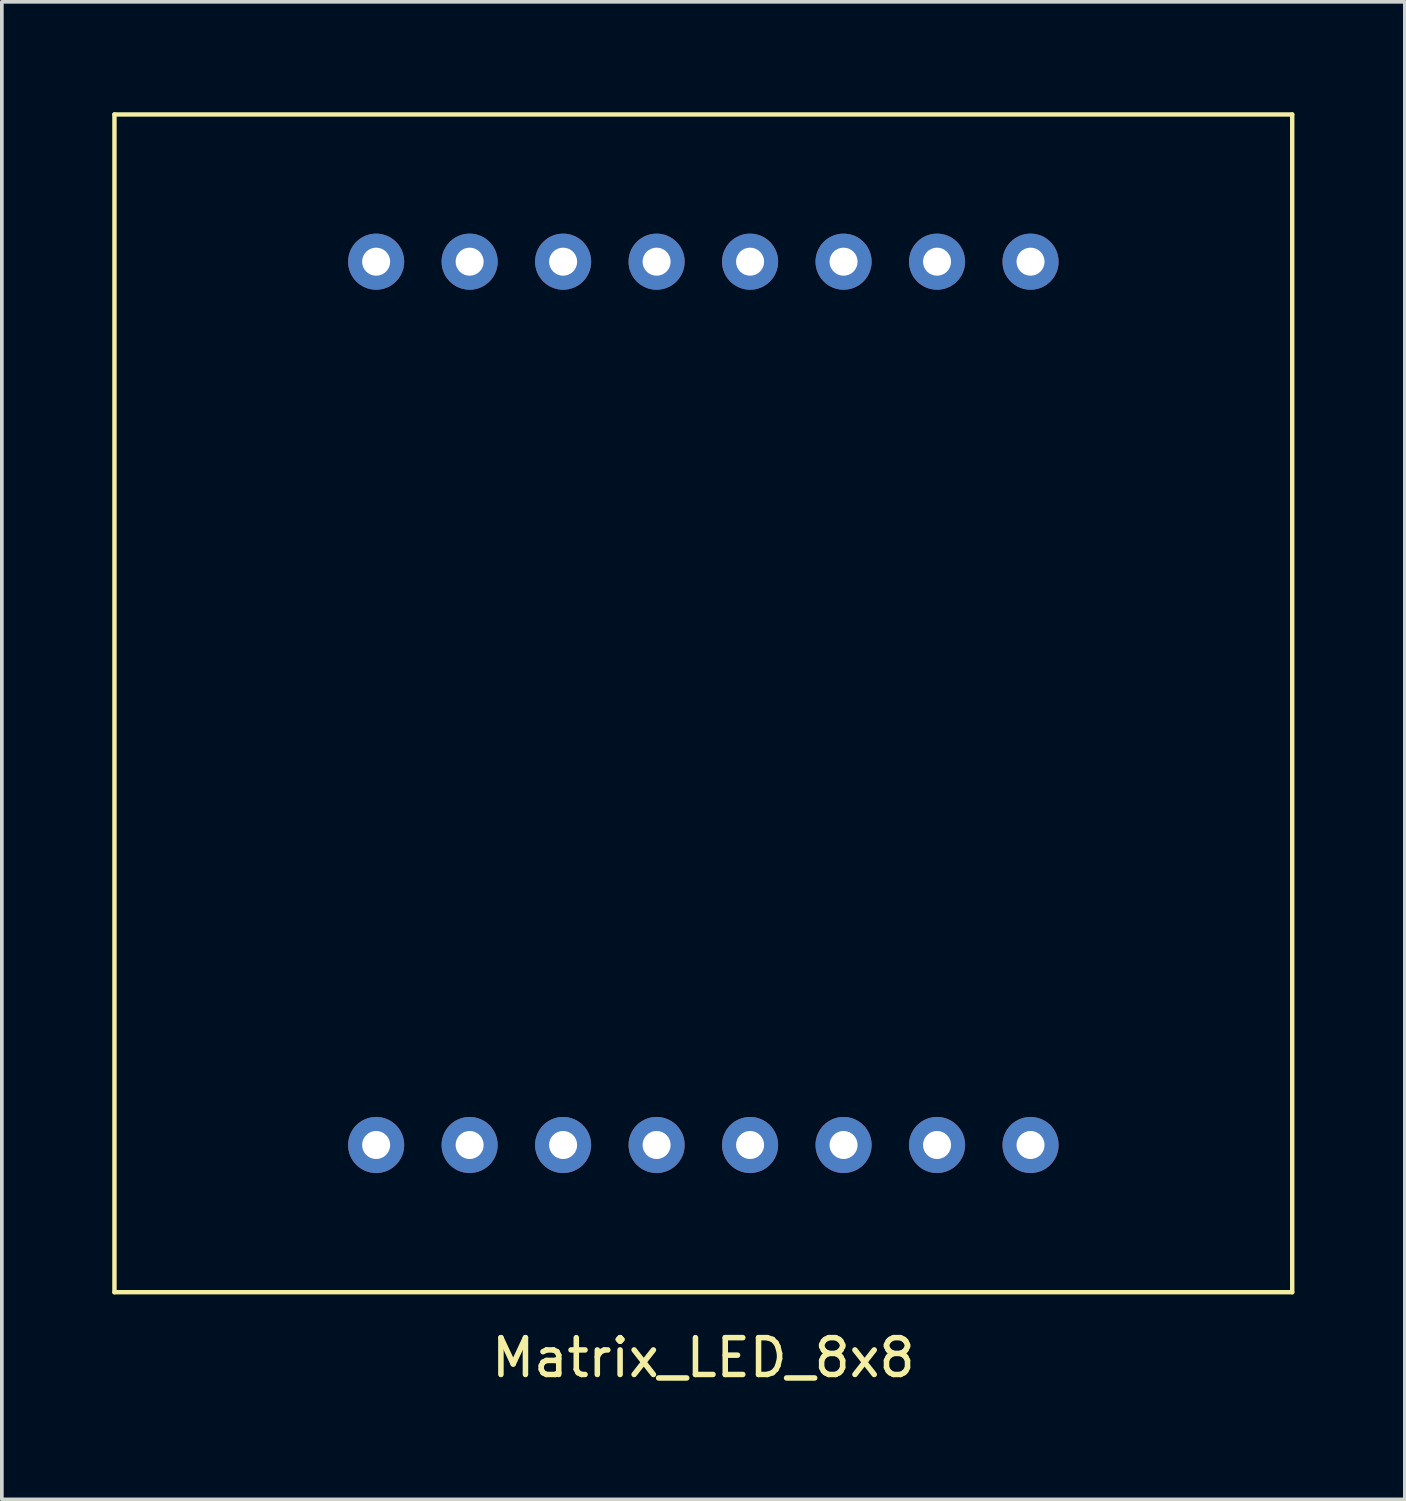
<source format=kicad_pcb>
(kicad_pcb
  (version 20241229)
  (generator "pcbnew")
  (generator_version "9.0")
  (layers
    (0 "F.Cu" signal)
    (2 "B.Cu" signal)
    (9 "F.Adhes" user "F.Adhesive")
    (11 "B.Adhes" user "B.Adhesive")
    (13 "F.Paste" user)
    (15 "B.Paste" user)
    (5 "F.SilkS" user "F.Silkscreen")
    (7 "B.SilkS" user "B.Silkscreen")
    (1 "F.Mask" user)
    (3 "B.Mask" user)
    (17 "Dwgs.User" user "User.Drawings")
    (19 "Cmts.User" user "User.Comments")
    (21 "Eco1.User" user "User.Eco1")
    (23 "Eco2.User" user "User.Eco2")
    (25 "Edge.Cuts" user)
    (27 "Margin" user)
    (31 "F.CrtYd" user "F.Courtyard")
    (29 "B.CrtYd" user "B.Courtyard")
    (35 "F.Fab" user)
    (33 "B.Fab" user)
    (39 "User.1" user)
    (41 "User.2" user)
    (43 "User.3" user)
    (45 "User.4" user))
  (footprint "Matrix_LED_8x8"
    (layer "F.Cu")
    (at 16.06 16.06)
    (property "Reference" "Matrix_LED_8x8" (at 0 17.78 0) (layer "F.SilkS") (effects (font (size 1 1) (thickness 0.15))))
    (attr through_hole)
    (fp_line (start -16 -16) (end -16 16) (stroke (width 0.12) (type solid)) (layer "F.SilkS"))
    (fp_line (start -16 16) (end 16 16) (stroke (width 0.12) (type solid)) (layer "F.SilkS"))
    (fp_line (start 16 -16) (end -16 -16) (stroke (width 0.12) (type solid)) (layer "F.SilkS"))
    (fp_line (start 16 16) (end 16 -16) (stroke (width 0.12) (type solid)) (layer "F.SilkS"))
    (pad "1" thru_hole circle (at -8.89 12) (size 1.524 1.524) (drill 0.762) (layers "*.Cu" "*.Mask"))
    (pad "2" thru_hole circle (at -6.35 12) (size 1.524 1.524) (drill 0.762) (layers "*.Cu" "*.Mask"))
    (pad "3" thru_hole circle (at -3.81 12) (size 1.524 1.524) (drill 0.762) (layers "*.Cu" "*.Mask"))
    (pad "4" thru_hole circle (at -1.27 12) (size 1.524 1.524) (drill 0.762) (layers "*.Cu" "*.Mask"))
    (pad "5" thru_hole circle (at 1.27 12) (size 1.524 1.524) (drill 0.762) (layers "*.Cu" "*.Mask"))
    (pad "6" thru_hole circle (at 3.81 12) (size 1.524 1.524) (drill 0.762) (layers "*.Cu" "*.Mask"))
    (pad "7" thru_hole circle (at 6.35 12 90) (size 1.524 1.524) (drill 0.762) (layers "*.Cu" "*.Mask"))
    (pad "8" thru_hole circle (at 8.89 12) (size 1.524 1.524) (drill 0.762) (layers "*.Cu" "*.Mask"))
    (pad "9" thru_hole circle (at 8.89 -12) (size 1.524 1.524) (drill 0.762) (layers "*.Cu" "*.Mask"))
    (pad "10" thru_hole circle (at 6.35 -12) (size 1.524 1.524) (drill 0.762) (layers "*.Cu" "*.Mask"))
    (pad "11" thru_hole circle (at 3.81 -12) (size 1.524 1.524) (drill 0.762) (layers "*.Cu" "*.Mask"))
    (pad "12" thru_hole circle (at 1.27 -12) (size 1.524 1.524) (drill 0.762) (layers "*.Cu" "*.Mask"))
    (pad "13" thru_hole circle (at -1.27 -12) (size 1.524 1.524) (drill 0.762) (layers "*.Cu" "*.Mask"))
    (pad "14" thru_hole circle (at -3.81 -12) (size 1.524 1.524) (drill 0.762) (layers "*.Cu" "*.Mask"))
    (pad "15" thru_hole circle (at -6.35 -12) (size 1.524 1.524) (drill 0.762) (layers "*.Cu" "*.Mask"))
    (pad "16" thru_hole circle (at -8.89 -12) (size 1.524 1.524) (drill 0.762) (layers "*.Cu" "*.Mask")))
  (gr_rect
    (start -3 -3)
    (end 35.12 37.688)
    (stroke (width 0.1) (type default))
    (fill no)
    (layer "Edge.Cuts")))
</source>
